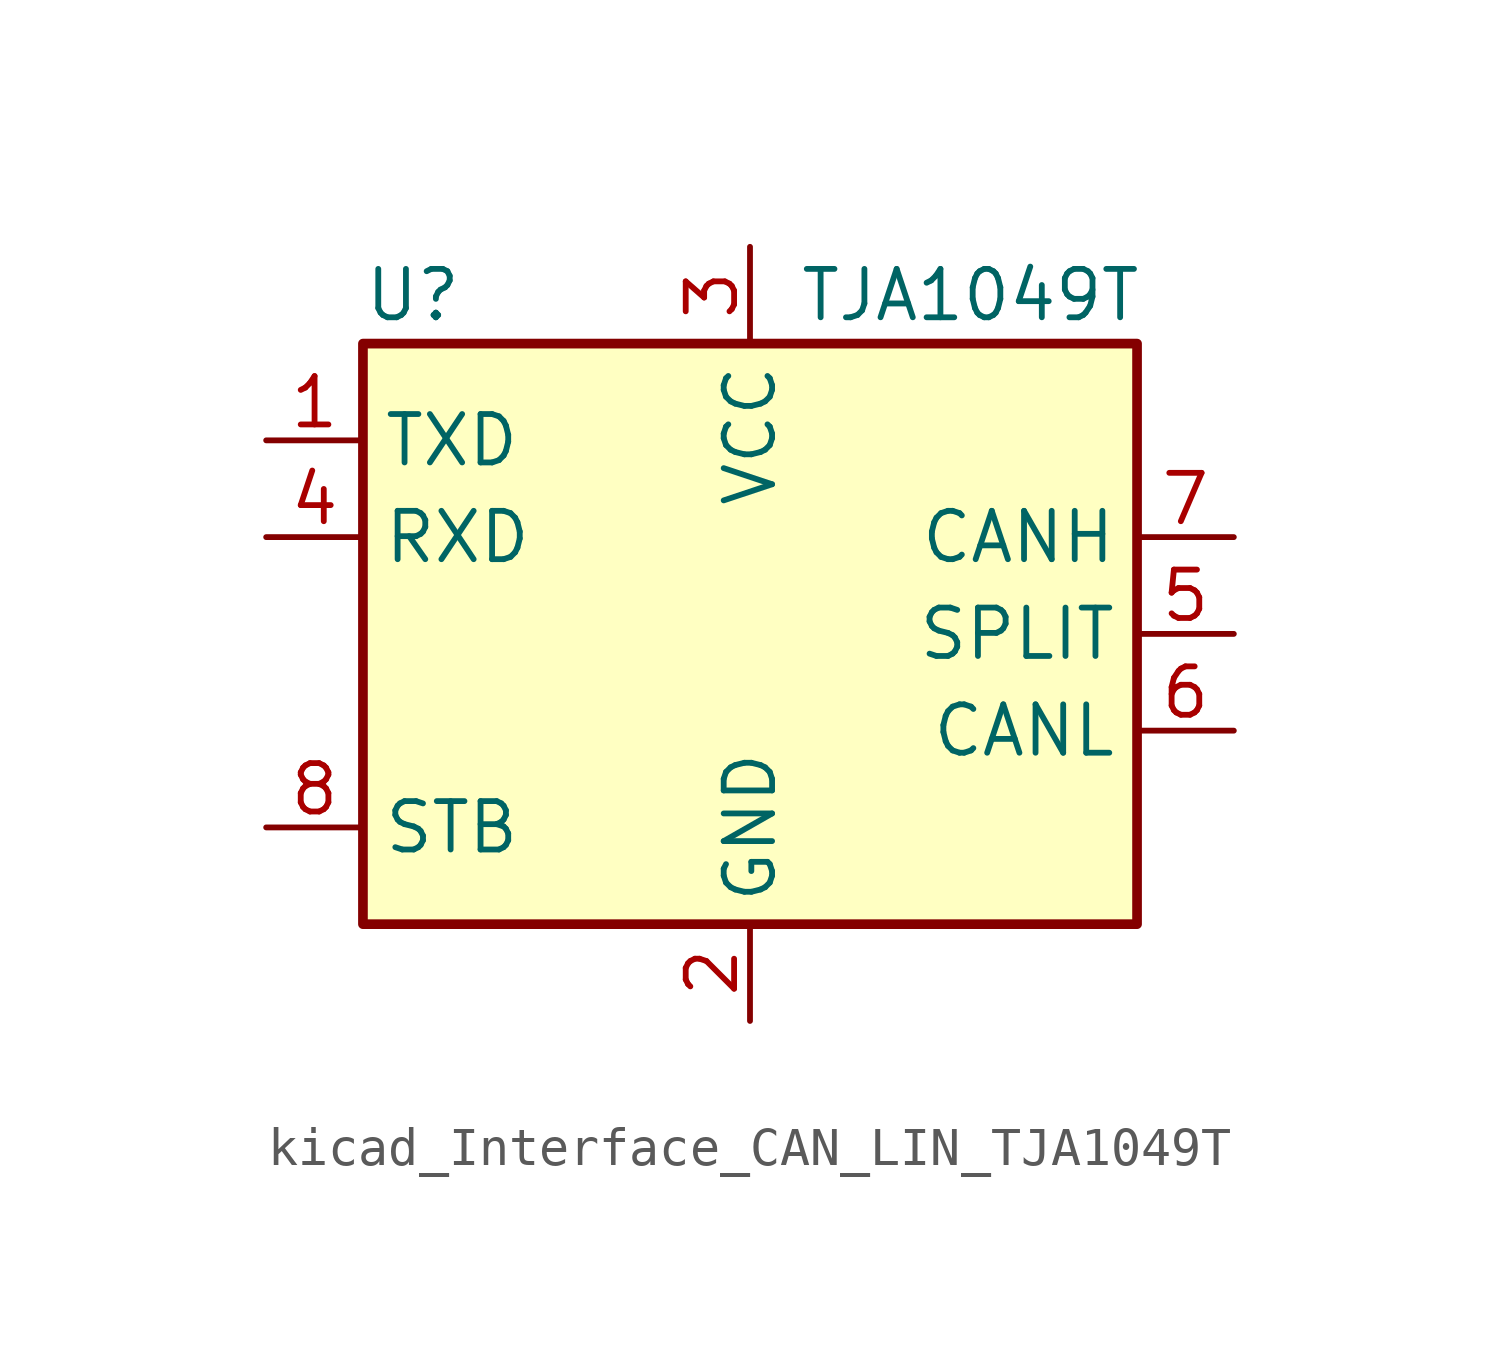
<source format=kicad_sym>
(kicad_symbol_lib
  (version 20220914)
  (generator kicad_symbol_editor)
  (symbol "kicad_Interface_CAN_LIN_TJA1049T"
    (property "Reference" "U"
      (at -10.16 8.89 0)
      (effects (font (size 1.27 1.27)) (justify left)))
    (property "Value" "TJA1049T"
      (at 1.27 8.89 0)
      (effects (font (size 1.27 1.27)) (justify left)))
    (symbol "kicad_Interface_CAN_LIN_TJA1049T_0_1"
      (rectangle (start -10.16 7.62) (end 10.16 -7.62) (stroke (width 0.254) (type default)) (fill (type background))))
    (symbol "kicad_Interface_CAN_LIN_TJA1049T_1_1"
      (pin input line (at -12.7 5.08 0) (length 2.54) (name "TXD" (effects (font (size 1.27 1.27)))) (number "1" (effects (font (size 1.27 1.27)))))
      (pin power_in line (at 0 -10.16 90) (length 2.54) (name "GND" (effects (font (size 1.27 1.27)))) (number "2" (effects (font (size 1.27 1.27)))))
      (pin power_in line (at 0 10.16 270) (length 2.54) (name "VCC" (effects (font (size 1.27 1.27)))) (number "3" (effects (font (size 1.27 1.27)))))
      (pin output line (at -12.7 2.54 0) (length 2.54) (name "RXD" (effects (font (size 1.27 1.27)))) (number "4" (effects (font (size 1.27 1.27)))))
      (pin power_out line (at 12.7 0 180) (length 2.54) (name "SPLIT" (effects (font (size 1.27 1.27)))) (number "5" (effects (font (size 1.27 1.27)))))
      (pin bidirectional line (at 12.7 -2.54 180) (length 2.54) (name "CANL" (effects (font (size 1.27 1.27)))) (number "6" (effects (font (size 1.27 1.27)))))
      (pin bidirectional line (at 12.7 2.54 180) (length 2.54) (name "CANH" (effects (font (size 1.27 1.27)))) (number "7" (effects (font (size 1.27 1.27)))))
      (pin input line (at -12.7 -5.08 0) (length 2.54) (name "STB" (effects (font (size 1.27 1.27)))) (number "8" (effects (font (size 1.27 1.27))))))))
</source>
